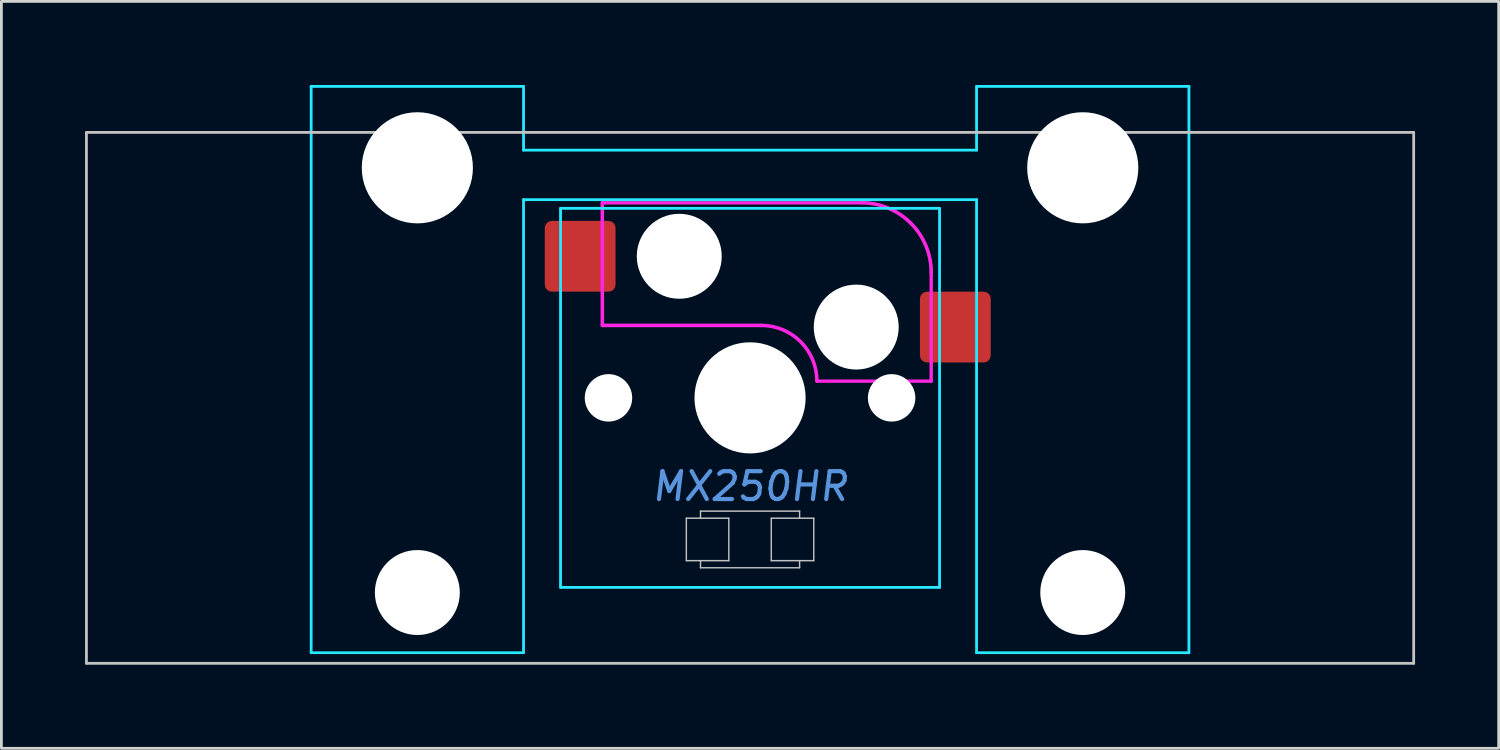
<source format=kicad_pcb>
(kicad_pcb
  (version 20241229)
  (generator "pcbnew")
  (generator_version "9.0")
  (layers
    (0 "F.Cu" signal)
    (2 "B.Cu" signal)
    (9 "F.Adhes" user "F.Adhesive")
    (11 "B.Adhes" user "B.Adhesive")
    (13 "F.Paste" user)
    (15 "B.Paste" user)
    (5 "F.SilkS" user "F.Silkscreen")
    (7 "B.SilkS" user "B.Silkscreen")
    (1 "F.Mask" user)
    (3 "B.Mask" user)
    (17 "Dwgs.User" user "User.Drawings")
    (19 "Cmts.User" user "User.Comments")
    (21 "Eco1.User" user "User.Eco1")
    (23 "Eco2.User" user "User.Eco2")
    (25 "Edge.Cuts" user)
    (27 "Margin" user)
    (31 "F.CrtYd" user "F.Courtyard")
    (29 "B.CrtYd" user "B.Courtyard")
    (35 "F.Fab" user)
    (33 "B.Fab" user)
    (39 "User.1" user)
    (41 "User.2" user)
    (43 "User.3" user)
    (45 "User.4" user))
  (footprint "MX250HR"
    (layer "F.Cu")
    (at 23.863 11.226)
    (property "Reference" "MX250HR" (at 0 3.175 0) (layer "Cmts.User") (effects (font (size 1 1) (thickness 0.15) (italic yes))))
    (attr smd)
    (fp_line (start -23.812 -9.525) (end -23.812 9.525) (stroke (width 0.1) (type solid)) (layer "Dwgs.User"))
    (fp_line (start -23.812 -9.525) (end 23.812 -9.525) (stroke (width 0.1) (type solid)) (layer "Dwgs.User"))
    (fp_line (start -23.812 9.525) (end 23.812 9.525) (stroke (width 0.1) (type solid)) (layer "Dwgs.User"))
    (fp_line (start -2.286 4.318) (end -0.762 4.318) (stroke (width 0.051) (type solid)) (layer "Dwgs.User"))
    (fp_line (start -2.286 5.842) (end -2.286 4.318) (stroke (width 0.051) (type solid)) (layer "Dwgs.User"))
    (fp_line (start -1.778 4.064) (end 1.778 4.064) (stroke (width 0.051) (type solid)) (layer "Dwgs.User"))
    (fp_line (start -1.778 4.318) (end -1.778 4.064) (stroke (width 0.051) (type solid)) (layer "Dwgs.User"))
    (fp_line (start -1.778 6.096) (end -1.778 5.842) (stroke (width 0.051) (type solid)) (layer "Dwgs.User"))
    (fp_line (start -0.762 4.318) (end -0.762 5.842) (stroke (width 0.051) (type solid)) (layer "Dwgs.User"))
    (fp_line (start -0.762 5.842) (end -2.286 5.842) (stroke (width 0.051) (type solid)) (layer "Dwgs.User"))
    (fp_line (start 0.762 4.318) (end 2.286 4.318) (stroke (width 0.051) (type solid)) (layer "Dwgs.User"))
    (fp_line (start 0.762 5.842) (end 0.762 4.318) (stroke (width 0.051) (type solid)) (layer "Dwgs.User"))
    (fp_line (start 1.778 4.064) (end 1.778 4.318) (stroke (width 0.051) (type solid)) (layer "Dwgs.User"))
    (fp_line (start 1.778 5.842) (end 1.778 6.096) (stroke (width 0.051) (type solid)) (layer "Dwgs.User"))
    (fp_line (start 1.778 6.096) (end -1.778 6.096) (stroke (width 0.051) (type solid)) (layer "Dwgs.User"))
    (fp_line (start 2.286 4.318) (end 2.286 5.842) (stroke (width 0.051) (type solid)) (layer "Dwgs.User"))
    (fp_line (start 2.286 5.842) (end 0.762 5.842) (stroke (width 0.051) (type solid)) (layer "Dwgs.User"))
    (fp_line (start 23.812 -9.525) (end 23.812 9.525) (stroke (width 0.1) (type solid)) (layer "Dwgs.User"))
    (fp_line (start -15.438 -8.515) (end -15.438 5.485) (stroke (width 0.1) (type solid)) (layer "Eco1.User"))
    (fp_line (start -14.938 -9.015) (end -8.938 -9.015) (stroke (width 0.1) (type solid)) (layer "Eco1.User"))
    (fp_line (start -8.938 5.985) (end -14.938 5.985) (stroke (width 0.1) (type solid)) (layer "Eco1.User"))
    (fp_line (start -8.438 5.485) (end -8.438 -8.515) (stroke (width 0.1) (type solid)) (layer "Eco1.User"))
    (fp_line (start -7 -6.5) (end -7 6.5) (stroke (width 0.1) (type solid)) (layer "Eco1.User"))
    (fp_line (start -6.5 7) (end 6.5 7) (stroke (width 0.1) (type solid)) (layer "Eco1.User"))
    (fp_line (start 6.5 -7) (end -6.5 -7) (stroke (width 0.1) (type solid)) (layer "Eco1.User"))
    (fp_line (start 7 6.5) (end 7 -6.5) (stroke (width 0.1) (type solid)) (layer "Eco1.User"))
    (fp_line (start 8.438 -8.515) (end 8.438 5.485) (stroke (width 0.1) (type solid)) (layer "Eco1.User"))
    (fp_line (start 8.938 -9.015) (end 14.938 -9.015) (stroke (width 0.1) (type solid)) (layer "Eco1.User"))
    (fp_line (start 14.938 5.985) (end 8.938 5.985) (stroke (width 0.1) (type solid)) (layer "Eco1.User"))
    (fp_line (start 15.438 5.485) (end 15.438 -8.515) (stroke (width 0.1) (type solid)) (layer "Eco1.User"))
    (fp_arc (start -15.438 -8.515) (mid -15.291553 -8.868553) (end -14.938 -9.015) (stroke (width 0.1) (type solid)) (layer "Eco1.User"))
    (fp_arc (start -14.938 5.985) (mid -15.291553 5.838553) (end -15.438 5.485) (stroke (width 0.1) (type solid)) (layer "Eco1.User"))
    (fp_arc (start -8.938 -9.015) (mid -8.584447 -8.868553) (end -8.438 -8.515) (stroke (width 0.1) (type solid)) (layer "Eco1.User"))
    (fp_arc (start -8.438 5.485) (mid -8.584447 5.838553) (end -8.938 5.985) (stroke (width 0.1) (type solid)) (layer "Eco1.User"))
    (fp_arc (start -7 -6.5) (mid -6.853553 -6.853553) (end -6.5 -7) (stroke (width 0.1) (type solid)) (layer "Eco1.User"))
    (fp_arc (start -6.5 7) (mid -6.853553 6.853553) (end -7 6.5) (stroke (width 0.1) (type solid)) (layer "Eco1.User"))
    (fp_arc (start 6.5 -7) (mid 6.853553 -6.853553) (end 7 -6.5) (stroke (width 0.1) (type solid)) (layer "Eco1.User"))
    (fp_arc (start 7 6.5) (mid 6.853553 6.853553) (end 6.5 7) (stroke (width 0.1) (type solid)) (layer "Eco1.User"))
    (fp_arc (start 8.438 -8.515) (mid 8.584447 -8.868553) (end 8.938 -9.015) (stroke (width 0.1) (type solid)) (layer "Eco1.User"))
    (fp_arc (start 8.938 5.985) (mid 8.584447 5.838553) (end 8.438 5.485) (stroke (width 0.1) (type solid)) (layer "Eco1.User"))
    (fp_arc (start 14.938 -9.015) (mid 15.291553 -8.868553) (end 15.438 -8.515) (stroke (width 0.1) (type solid)) (layer "Eco1.User"))
    (fp_arc (start 15.438 5.485) (mid 15.291553 5.838553) (end 14.938 5.985) (stroke (width 0.1) (type solid)) (layer "Eco1.User"))
    (fp_line (start -15.748 -11.176) (end -8.128 -11.176) (stroke (width 0.1) (type solid)) (layer "B.CrtYd"))
    (fp_line (start -15.748 9.144) (end -15.748 -11.176) (stroke (width 0.1) (type solid)) (layer "B.CrtYd"))
    (fp_line (start -8.128 -8.89) (end -8.128 -11.176) (stroke (width 0.1) (type solid)) (layer "B.CrtYd"))
    (fp_line (start -8.128 -7.112) (end -8.128 9.142) (stroke (width 0.1) (type solid)) (layer "B.CrtYd"))
    (fp_line (start -8.128 9.144) (end -15.748 9.144) (stroke (width 0.1) (type solid)) (layer "B.CrtYd"))
    (fp_line (start -6.8 -6.8) (end -6.8 6.8) (stroke (width 0.1) (type solid)) (layer "B.CrtYd"))
    (fp_line (start 6.8 -6.8) (end -6.8 -6.8) (stroke (width 0.1) (type solid)) (layer "B.CrtYd"))
    (fp_line (start 6.8 -6.8) (end 6.8 6.8) (stroke (width 0.1) (type solid)) (layer "B.CrtYd"))
    (fp_line (start 6.8 6.8) (end -6.8 6.8) (stroke (width 0.1) (type solid)) (layer "B.CrtYd"))
    (fp_line (start 8.128 -8.89) (end -8.128 -8.89) (stroke (width 0.1) (type solid)) (layer "B.CrtYd"))
    (fp_line (start 8.128 -8.89) (end 8.128 -11.176) (stroke (width 0.1) (type solid)) (layer "B.CrtYd"))
    (fp_line (start 8.128 -7.112) (end -8.128 -7.112) (stroke (width 0.1) (type solid)) (layer "B.CrtYd"))
    (fp_line (start 8.128 -7.112) (end 8.128 9.144) (stroke (width 0.1) (type solid)) (layer "B.CrtYd"))
    (fp_line (start 8.128 9.144) (end 15.748 9.144) (stroke (width 0.1) (type solid)) (layer "B.CrtYd"))
    (fp_line (start 15.748 -11.176) (end 8.128 -11.176) (stroke (width 0.1) (type solid)) (layer "B.CrtYd"))
    (fp_line (start 15.748 9.144) (end 15.748 -11.176) (stroke (width 0.1) (type solid)) (layer "B.CrtYd"))
    (fp_line (start -5.3 -7) (end -5.3 -2.6) (stroke (width 0.127) (type solid)) (layer "F.CrtYd"))
    (fp_line (start -5.2 -7) (end -5.3 -7) (stroke (width 0.12) (type solid)) (layer "F.CrtYd"))
    (fp_line (start 0.4 -2.6) (end -5.3 -2.6) (stroke (width 0.127) (type solid)) (layer "F.CrtYd"))
    (fp_line (start 4 -7) (end -5.2 -7) (stroke (width 0.12) (type solid)) (layer "F.CrtYd"))
    (fp_line (start 6.5 -4.5) (end 6.5 -0.6) (stroke (width 0.12) (type solid)) (layer "F.CrtYd"))
    (fp_line (start 6.5 -0.6) (end 2.4 -0.6) (stroke (width 0.12) (type solid)) (layer "F.CrtYd"))
    (fp_arc (start 0.4 -2.6) (mid 1.814214 -2.014214) (end 2.4 -0.6) (stroke (width 0.127) (type solid)) (layer "F.CrtYd"))
    (fp_arc (start 4 -7) (mid 5.767767 -6.267767) (end 6.5 -4.5) (stroke (width 0.127) (type solid)) (layer "F.CrtYd"))
    (pad "" np_thru_hole circle (at -11.938 -8.255 180) (size 3.988 3.988) (drill 3.988) (layers "*.Cu" "*.Mask"))
    (pad "" np_thru_hole circle (at -11.938 6.985 180) (size 3.048 3.048) (drill 3.048) (layers "*.Cu" "*.Mask"))
    (pad "" np_thru_hole circle (at -5.08 0) (size 1.702 1.702) (drill 1.702) (layers "*.Cu" "*.Mask"))
    (pad "" np_thru_hole circle (at -2.54 -5.08) (size 3.048 3.048) (drill 3.048) (layers "*.Cu" "*.Mask"))
    (pad "" np_thru_hole circle (at 0 0) (size 3.988 3.988) (drill 3.988) (layers "*.Cu" "*.Mask"))
    (pad "" np_thru_hole circle (at 3.81 -2.54) (size 3.048 3.048) (drill 3.048) (layers "*.Cu" "*.Mask"))
    (pad "" np_thru_hole circle (at 5.08 0) (size 1.702 1.702) (drill 1.702) (layers "*.Cu" "*.Mask"))
    (pad "" np_thru_hole circle (at 11.938 -8.255 180) (size 3.988 3.988) (drill 3.988) (layers "*.Cu" "*.Mask"))
    (pad "" np_thru_hole circle (at 11.938 6.985 180) (size 3.048 3.048) (drill 3.048) (layers "*.Cu" "*.Mask"))
    (pad "1" smd roundrect (at -6.096 -5.08) (size 2.54 2.54) (layers "F.Cu" "F.Mask") (roundrect_rratio 0.1))
    (pad "2" smd roundrect (at 7.366 -2.54) (size 2.54 2.54) (layers "F.Cu" "F.Mask") (roundrect_rratio 0.1)))
  (gr_rect
    (start -3 -3)
    (end 50.725 23.801)
    (stroke (width 0.1) (type default))
    (fill no)
    (layer "Edge.Cuts")))
</source>
